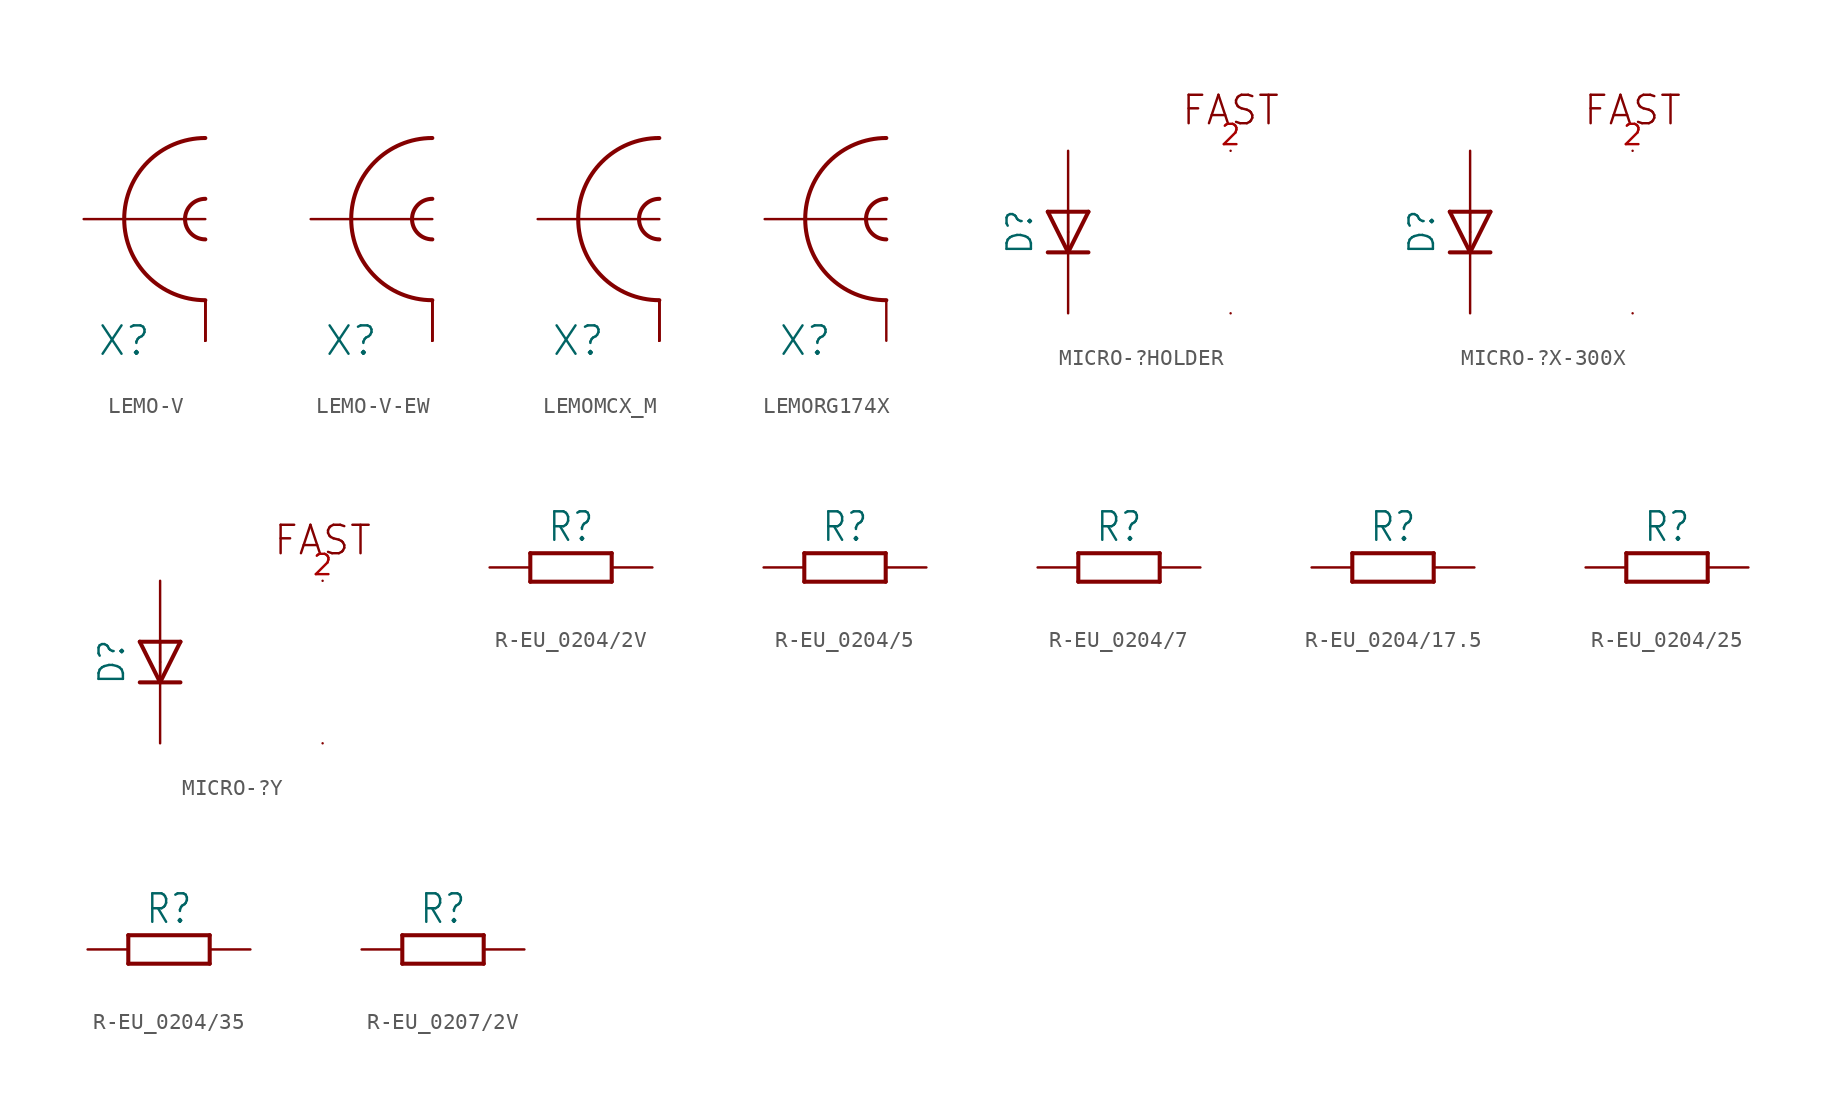
<source format=kicad_sym>
(kicad_symbol_lib
  (version 20231120)
  (generator "kicad_symbol_editor")
  (generator_version "8.0")
  (symbol "LEMO-V"
    (property "Reference" "X"
      (at -2.54 -7.62 0)
      (effects (font (size 1.778 1.778))))
    (property "Value" ""
      (at 2.54 7.62 0)
      (effects (font (size 1.778 1.778))))
    (property "ki_locked" ""
      (at 0 0 0)
      (effects (font (size 1.27 1.27))))
    (symbol "LEMO-V_1_0"
      (arc (start 2.54 1.27) (mid 1.27 0) (end 2.54 -1.27) (stroke (width 0.254) (type solid)) (fill (type none)))
      (arc (start 2.54 5.08) (mid -2.54 0) (end 2.54 -5.08) (stroke (width 0.254) (type solid)) (fill (type none)))
      (pin passive line (at -5.08 0 0) (length 7.62) (name "INNER" (effects (font (size 0 0)))) (number "INNER" (effects (font (size 0 0)))))
      (pin passive line (at 2.54 -7.62 90) (length 2.54) (name "SHIELD@2" (effects (font (size 0 0)))) (number "S1" (effects (font (size 0 0)))))
      (pin passive line (at 2.54 -7.62 90) (length 2.54) (name "SHIELD@2" (effects (font (size 0 0)))) (number "S2" (effects (font (size 0 0)))))
      (pin passive line (at 2.54 -7.62 90) (length 2.54) (name "SHIELD@2" (effects (font (size 0 0)))) (number "S3" (effects (font (size 0 0)))))
      (pin passive line (at 2.54 -7.62 90) (length 2.54) (name "SHIELD@2" (effects (font (size 0 0)))) (number "S4" (effects (font (size 0 0)))))))
  (symbol "LEMO-V-EW"
    (property "Reference" "X"
      (at -2.54 -7.62 0)
      (effects (font (size 1.778 1.778))))
    (property "Value" ""
      (at 2.54 7.62 0)
      (effects (font (size 1.778 1.778))))
    (property "ki_locked" ""
      (at 0 0 0)
      (effects (font (size 1.27 1.27))))
    (symbol "LEMO-V-EW_1_0"
      (arc (start 2.54 1.27) (mid 1.27 0) (end 2.54 -1.27) (stroke (width 0.254) (type solid)) (fill (type none)))
      (arc (start 2.54 5.08) (mid -2.54 0) (end 2.54 -5.08) (stroke (width 0.254) (type solid)) (fill (type none)))
      (pin passive line (at -5.08 0 0) (length 7.62) (name "INNER" (effects (font (size 0 0)))) (number "INNER" (effects (font (size 0 0)))))
      (pin passive line (at 2.54 -7.62 90) (length 2.54) (name "SHIELD@2" (effects (font (size 0 0)))) (number "SHIELD@1" (effects (font (size 0 0)))))
      (pin passive line (at 2.54 -7.62 90) (length 2.54) (name "SHIELD@2" (effects (font (size 0 0)))) (number "SHIELD@2" (effects (font (size 0 0)))))
      (pin passive line (at 2.54 -7.62 90) (length 2.54) (name "SHIELD@2" (effects (font (size 0 0)))) (number "SHIELD@3" (effects (font (size 0 0)))))
      (pin passive line (at 2.54 -7.62 90) (length 2.54) (name "SHIELD@2" (effects (font (size 0 0)))) (number "SHIELD@4" (effects (font (size 0 0)))))))
  (symbol "LEMOMCX_M"
    (property "Reference" "X"
      (at -2.54 -7.62 0)
      (effects (font (size 1.778 1.778))))
    (property "Value" ""
      (at 2.54 7.62 0)
      (effects (font (size 1.778 1.778))))
    (property "ki_locked" ""
      (at 0 0 0)
      (effects (font (size 1.27 1.27))))
    (symbol "LEMOMCX_M_1_0"
      (arc (start 2.54 1.27) (mid 1.27 0) (end 2.54 -1.27) (stroke (width 0.254) (type solid)) (fill (type none)))
      (arc (start 2.54 5.08) (mid -2.54 0) (end 2.54 -5.08) (stroke (width 0.254) (type solid)) (fill (type none)))
      (pin passive line (at -5.08 0 0) (length 7.62) (name "INNER" (effects (font (size 0 0)))) (number "P$1" (effects (font (size 0 0)))))
      (pin passive line (at 2.54 -7.62 90) (length 2.54) (name "SHIELD@2" (effects (font (size 0 0)))) (number "S1" (effects (font (size 0 0)))))
      (pin passive line (at 2.54 -7.62 90) (length 2.54) (name "SHIELD@2" (effects (font (size 0 0)))) (number "S2" (effects (font (size 0 0)))))
      (pin passive line (at 2.54 -7.62 90) (length 2.54) (name "SHIELD@2" (effects (font (size 0 0)))) (number "S3" (effects (font (size 0 0)))))
      (pin passive line (at 2.54 -7.62 90) (length 2.54) (name "SHIELD@2" (effects (font (size 0 0)))) (number "S4" (effects (font (size 0 0)))))))
  (symbol "LEMORG174X"
    (property "Reference" "X"
      (at -2.54 -7.62 0)
      (effects (font (size 1.778 1.778))))
    (property "Value" ""
      (at 2.54 7.62 0)
      (effects (font (size 1.778 1.778))))
    (property "ki_locked" ""
      (at 0 0 0)
      (effects (font (size 1.27 1.27))))
    (symbol "LEMORG174X_1_0"
      (arc (start 2.54 1.27) (mid 1.27 0) (end 2.54 -1.27) (stroke (width 0.254) (type solid)) (fill (type none)))
      (arc (start 2.54 5.08) (mid -2.54 0) (end 2.54 -5.08) (stroke (width 0.254) (type solid)) (fill (type none)))
      (pin passive line (at -5.08 0 0) (length 7.62) (name "INNER" (effects (font (size 0 0)))) (number "1" (effects (font (size 0 0)))))
      (pin passive line (at 2.54 -7.62 90) (length 2.54) (name "SHIELD@2" (effects (font (size 0 0)))) (number "SHIELD" (effects (font (size 0 0)))))))
  (symbol "MICRO-?HOLDER"
    (property "Reference" "D"
      (at -3.023 0 90)
      (effects (font (size 1.524 1.524))))
    (property "Value" ""
      (at 4.597 0 90)
      (effects (font (size 1.524 1.524))))
    (property "ki_locked" ""
      (at 0 0 0)
      (effects (font (size 1.27 1.27))))
    (symbol "MICRO-?HOLDER_1_0"
      (polyline (pts (xy -1.27 1.27) (xy 0 -1.27)) (stroke (width 0.254) (type solid)) (fill (type none)))
      (polyline (pts (xy 0 -1.27) (xy -1.27 -1.27)) (stroke (width 0.254) (type solid)) (fill (type none)))
      (polyline (pts (xy 0 -1.27) (xy 1.27 1.27)) (stroke (width 0.254) (type solid)) (fill (type none)))
      (polyline (pts (xy 0 1.27) (xy -1.27 1.27)) (stroke (width 0.254) (type solid)) (fill (type none)))
      (polyline (pts (xy 0 1.27) (xy 0 -1.27)) (stroke (width 0.152) (type solid)) (fill (type none)))
      (polyline (pts (xy 1.27 -1.27) (xy 0 -1.27)) (stroke (width 0.254) (type solid)) (fill (type none)))
      (polyline (pts (xy 1.27 1.27) (xy 0 1.27)) (stroke (width 0.254) (type solid)) (fill (type none)))
      (text "FAST" (at 10.16 7.62 0) (effects (font (size 1.778 1.778))))
      (pin passive line (at 0 5.08 270) (length 5.08) (name "A" (effects (font (size 0 0)))) (number "1" (effects (font (size 0 0)))))
      (pin passive line (at 10.16 5.08 0) (length 0) (name "FAST" (effects (font (size 0 0)))) (number "2" (effects (font (size 1.27 1.27)))))
      (pin passive line (at 0 -5.08 90) (length 5.08) (name "K" (effects (font (size 0 0)))) (number "3" (effects (font (size 0 0)))))
      (pin passive line (at 10.16 -5.08 0) (length 0) (name "NC" (effects (font (size 0 0)))) (number "4" (effects (font (size 0 0)))))))
  (symbol "MICRO-?X-300X"
    (property "Reference" "D"
      (at -3.023 0 90)
      (effects (font (size 1.524 1.524))))
    (property "Value" ""
      (at 4.597 0 90)
      (effects (font (size 1.524 1.524))))
    (property "ki_locked" ""
      (at 0 0 0)
      (effects (font (size 1.27 1.27))))
    (symbol "MICRO-?X-300X_1_0"
      (polyline (pts (xy -1.27 1.27) (xy 0 -1.27)) (stroke (width 0.254) (type solid)) (fill (type none)))
      (polyline (pts (xy 0 -1.27) (xy -1.27 -1.27)) (stroke (width 0.254) (type solid)) (fill (type none)))
      (polyline (pts (xy 0 -1.27) (xy 1.27 1.27)) (stroke (width 0.254) (type solid)) (fill (type none)))
      (polyline (pts (xy 0 1.27) (xy -1.27 1.27)) (stroke (width 0.254) (type solid)) (fill (type none)))
      (polyline (pts (xy 0 1.27) (xy 0 -1.27)) (stroke (width 0.152) (type solid)) (fill (type none)))
      (polyline (pts (xy 1.27 -1.27) (xy 0 -1.27)) (stroke (width 0.254) (type solid)) (fill (type none)))
      (polyline (pts (xy 1.27 1.27) (xy 0 1.27)) (stroke (width 0.254) (type solid)) (fill (type none)))
      (text "FAST" (at 10.16 7.62 0) (effects (font (size 1.778 1.778))))
      (pin passive line (at 0 5.08 270) (length 5.08) (name "A" (effects (font (size 0 0)))) (number "1" (effects (font (size 0 0)))))
      (pin passive line (at 10.16 5.08 0) (length 0) (name "FAST" (effects (font (size 0 0)))) (number "2" (effects (font (size 1.27 1.27)))))
      (pin passive line (at 0 -5.08 90) (length 5.08) (name "K" (effects (font (size 0 0)))) (number "3" (effects (font (size 0 0)))))
      (pin passive line (at 10.16 -5.08 0) (length 0) (name "NC" (effects (font (size 0 0)))) (number "4" (effects (font (size 0 0)))))))
  (symbol "MICRO-?Y"
    (property "Reference" "D"
      (at -3.023 0 90)
      (effects (font (size 1.524 1.524))))
    (property "Value" ""
      (at 4.597 0 90)
      (effects (font (size 1.524 1.524))))
    (property "ki_locked" ""
      (at 0 0 0)
      (effects (font (size 1.27 1.27))))
    (symbol "MICRO-?Y_1_0"
      (polyline (pts (xy -1.27 1.27) (xy 0 -1.27)) (stroke (width 0.254) (type solid)) (fill (type none)))
      (polyline (pts (xy 0 -1.27) (xy -1.27 -1.27)) (stroke (width 0.254) (type solid)) (fill (type none)))
      (polyline (pts (xy 0 -1.27) (xy 1.27 1.27)) (stroke (width 0.254) (type solid)) (fill (type none)))
      (polyline (pts (xy 0 1.27) (xy -1.27 1.27)) (stroke (width 0.254) (type solid)) (fill (type none)))
      (polyline (pts (xy 0 1.27) (xy 0 -1.27)) (stroke (width 0.152) (type solid)) (fill (type none)))
      (polyline (pts (xy 1.27 -1.27) (xy 0 -1.27)) (stroke (width 0.254) (type solid)) (fill (type none)))
      (polyline (pts (xy 1.27 1.27) (xy 0 1.27)) (stroke (width 0.254) (type solid)) (fill (type none)))
      (text "FAST" (at 10.16 7.62 0) (effects (font (size 1.778 1.778))))
      (pin passive line (at 0 5.08 270) (length 5.08) (name "A" (effects (font (size 0 0)))) (number "1" (effects (font (size 0 0)))))
      (pin passive line (at 10.16 5.08 0) (length 0) (name "FAST" (effects (font (size 0 0)))) (number "2" (effects (font (size 1.27 1.27)))))
      (pin passive line (at 0 -5.08 90) (length 5.08) (name "K" (effects (font (size 0 0)))) (number "3" (effects (font (size 0 0)))))
      (pin passive line (at 10.16 -5.08 0) (length 0) (name "NC" (effects (font (size 0 0)))) (number "4" (effects (font (size 0 0)))))))
  (symbol "R-EU_0204/2V"
    (property "Reference" "R"
      (at 0 2.54 0)
      (effects (font (size 1.778 1.511))))
    (property "Value" ""
      (at 0 -2.54 0)
      (effects (font (size 1.778 1.511))))
    (property "ki_locked" ""
      (at 0 0 0)
      (effects (font (size 1.27 1.27))))
    (symbol "R-EU_0204/2V_1_0"
      (polyline (pts (xy -2.54 -0.889) (xy -2.54 0.889)) (stroke (width 0.254) (type solid)) (fill (type none)))
      (polyline (pts (xy -2.54 -0.889) (xy 2.54 -0.889)) (stroke (width 0.254) (type solid)) (fill (type none)))
      (polyline (pts (xy 2.54 -0.889) (xy 2.54 0.889)) (stroke (width 0.254) (type solid)) (fill (type none)))
      (polyline (pts (xy 2.54 0.889) (xy -2.54 0.889)) (stroke (width 0.254) (type solid)) (fill (type none)))
      (pin passive line (at -5.08 0 0) (length 2.54) (name "1" (effects (font (size 0 0)))) (number "1" (effects (font (size 0 0)))))
      (pin passive line (at 5.08 0 180) (length 2.54) (name "2" (effects (font (size 0 0)))) (number "2" (effects (font (size 0 0)))))))
  (symbol "R-EU_0204/5"
    (property "Reference" "R"
      (at 0 2.54 0)
      (effects (font (size 1.778 1.511))))
    (property "Value" ""
      (at 0 -2.54 0)
      (effects (font (size 1.778 1.511))))
    (property "ki_locked" ""
      (at 0 0 0)
      (effects (font (size 1.27 1.27))))
    (symbol "R-EU_0204/5_1_0"
      (polyline (pts (xy -2.54 -0.889) (xy -2.54 0.889)) (stroke (width 0.254) (type solid)) (fill (type none)))
      (polyline (pts (xy -2.54 -0.889) (xy 2.54 -0.889)) (stroke (width 0.254) (type solid)) (fill (type none)))
      (polyline (pts (xy 2.54 -0.889) (xy 2.54 0.889)) (stroke (width 0.254) (type solid)) (fill (type none)))
      (polyline (pts (xy 2.54 0.889) (xy -2.54 0.889)) (stroke (width 0.254) (type solid)) (fill (type none)))
      (pin passive line (at -5.08 0 0) (length 2.54) (name "1" (effects (font (size 0 0)))) (number "1" (effects (font (size 0 0)))))
      (pin passive line (at 5.08 0 180) (length 2.54) (name "2" (effects (font (size 0 0)))) (number "2" (effects (font (size 0 0)))))))
  (symbol "R-EU_0204/7"
    (property "Reference" "R"
      (at 0 2.54 0)
      (effects (font (size 1.778 1.511))))
    (property "Value" ""
      (at 0 -2.54 0)
      (effects (font (size 1.778 1.511))))
    (property "ki_locked" ""
      (at 0 0 0)
      (effects (font (size 1.27 1.27))))
    (symbol "R-EU_0204/7_1_0"
      (polyline (pts (xy -2.54 -0.889) (xy -2.54 0.889)) (stroke (width 0.254) (type solid)) (fill (type none)))
      (polyline (pts (xy -2.54 -0.889) (xy 2.54 -0.889)) (stroke (width 0.254) (type solid)) (fill (type none)))
      (polyline (pts (xy 2.54 -0.889) (xy 2.54 0.889)) (stroke (width 0.254) (type solid)) (fill (type none)))
      (polyline (pts (xy 2.54 0.889) (xy -2.54 0.889)) (stroke (width 0.254) (type solid)) (fill (type none)))
      (pin passive line (at -5.08 0 0) (length 2.54) (name "1" (effects (font (size 0 0)))) (number "1" (effects (font (size 0 0)))))
      (pin passive line (at 5.08 0 180) (length 2.54) (name "2" (effects (font (size 0 0)))) (number "2" (effects (font (size 0 0)))))))
  (symbol "R-EU_0204/17.5"
    (property "Reference" "R"
      (at 0 2.54 0)
      (effects (font (size 1.778 1.511))))
    (property "Value" ""
      (at 0 -2.54 0)
      (effects (font (size 1.778 1.511))))
    (property "ki_locked" ""
      (at 0 0 0)
      (effects (font (size 1.27 1.27))))
    (symbol "R-EU_0204/17.5_1_0"
      (polyline (pts (xy -2.54 -0.889) (xy -2.54 0.889)) (stroke (width 0.254) (type solid)) (fill (type none)))
      (polyline (pts (xy -2.54 -0.889) (xy 2.54 -0.889)) (stroke (width 0.254) (type solid)) (fill (type none)))
      (polyline (pts (xy 2.54 -0.889) (xy 2.54 0.889)) (stroke (width 0.254) (type solid)) (fill (type none)))
      (polyline (pts (xy 2.54 0.889) (xy -2.54 0.889)) (stroke (width 0.254) (type solid)) (fill (type none)))
      (pin passive line (at -5.08 0 0) (length 2.54) (name "1" (effects (font (size 0 0)))) (number "1" (effects (font (size 0 0)))))
      (pin passive line (at 5.08 0 180) (length 2.54) (name "2" (effects (font (size 0 0)))) (number "2" (effects (font (size 0 0)))))))
  (symbol "R-EU_0204/25"
    (property "Reference" "R"
      (at 0 2.54 0)
      (effects (font (size 1.778 1.511))))
    (property "Value" ""
      (at 0 -2.54 0)
      (effects (font (size 1.778 1.511))))
    (property "ki_locked" ""
      (at 0 0 0)
      (effects (font (size 1.27 1.27))))
    (symbol "R-EU_0204/25_1_0"
      (polyline (pts (xy -2.54 -0.889) (xy -2.54 0.889)) (stroke (width 0.254) (type solid)) (fill (type none)))
      (polyline (pts (xy -2.54 -0.889) (xy 2.54 -0.889)) (stroke (width 0.254) (type solid)) (fill (type none)))
      (polyline (pts (xy 2.54 -0.889) (xy 2.54 0.889)) (stroke (width 0.254) (type solid)) (fill (type none)))
      (polyline (pts (xy 2.54 0.889) (xy -2.54 0.889)) (stroke (width 0.254) (type solid)) (fill (type none)))
      (pin passive line (at -5.08 0 0) (length 2.54) (name "1" (effects (font (size 0 0)))) (number "1" (effects (font (size 0 0)))))
      (pin passive line (at 5.08 0 180) (length 2.54) (name "2" (effects (font (size 0 0)))) (number "2" (effects (font (size 0 0)))))))
  (symbol "R-EU_0204/35"
    (property "Reference" "R"
      (at 0 2.54 0)
      (effects (font (size 1.778 1.511))))
    (property "Value" ""
      (at 0 -2.54 0)
      (effects (font (size 1.778 1.511))))
    (property "ki_locked" ""
      (at 0 0 0)
      (effects (font (size 1.27 1.27))))
    (symbol "R-EU_0204/35_1_0"
      (polyline (pts (xy -2.54 -0.889) (xy -2.54 0.889)) (stroke (width 0.254) (type solid)) (fill (type none)))
      (polyline (pts (xy -2.54 -0.889) (xy 2.54 -0.889)) (stroke (width 0.254) (type solid)) (fill (type none)))
      (polyline (pts (xy 2.54 -0.889) (xy 2.54 0.889)) (stroke (width 0.254) (type solid)) (fill (type none)))
      (polyline (pts (xy 2.54 0.889) (xy -2.54 0.889)) (stroke (width 0.254) (type solid)) (fill (type none)))
      (pin passive line (at -5.08 0 0) (length 2.54) (name "1" (effects (font (size 0 0)))) (number "1" (effects (font (size 0 0)))))
      (pin passive line (at 5.08 0 180) (length 2.54) (name "2" (effects (font (size 0 0)))) (number "2" (effects (font (size 0 0)))))))
  (symbol "R-EU_0207/2V"
    (property "Reference" "R"
      (at 0 2.54 0)
      (effects (font (size 1.778 1.511))))
    (property "Value" ""
      (at 0 -2.54 0)
      (effects (font (size 1.778 1.511))))
    (property "ki_locked" ""
      (at 0 0 0)
      (effects (font (size 1.27 1.27))))
    (symbol "R-EU_0207/2V_1_0"
      (polyline (pts (xy -2.54 -0.889) (xy -2.54 0.889)) (stroke (width 0.254) (type solid)) (fill (type none)))
      (polyline (pts (xy -2.54 -0.889) (xy 2.54 -0.889)) (stroke (width 0.254) (type solid)) (fill (type none)))
      (polyline (pts (xy 2.54 -0.889) (xy 2.54 0.889)) (stroke (width 0.254) (type solid)) (fill (type none)))
      (polyline (pts (xy 2.54 0.889) (xy -2.54 0.889)) (stroke (width 0.254) (type solid)) (fill (type none)))
      (pin passive line (at -5.08 0 0) (length 2.54) (name "1" (effects (font (size 0 0)))) (number "1" (effects (font (size 0 0)))))
      (pin passive line (at 5.08 0 180) (length 2.54) (name "2" (effects (font (size 0 0)))) (number "2" (effects (font (size 0 0))))))))
</source>
